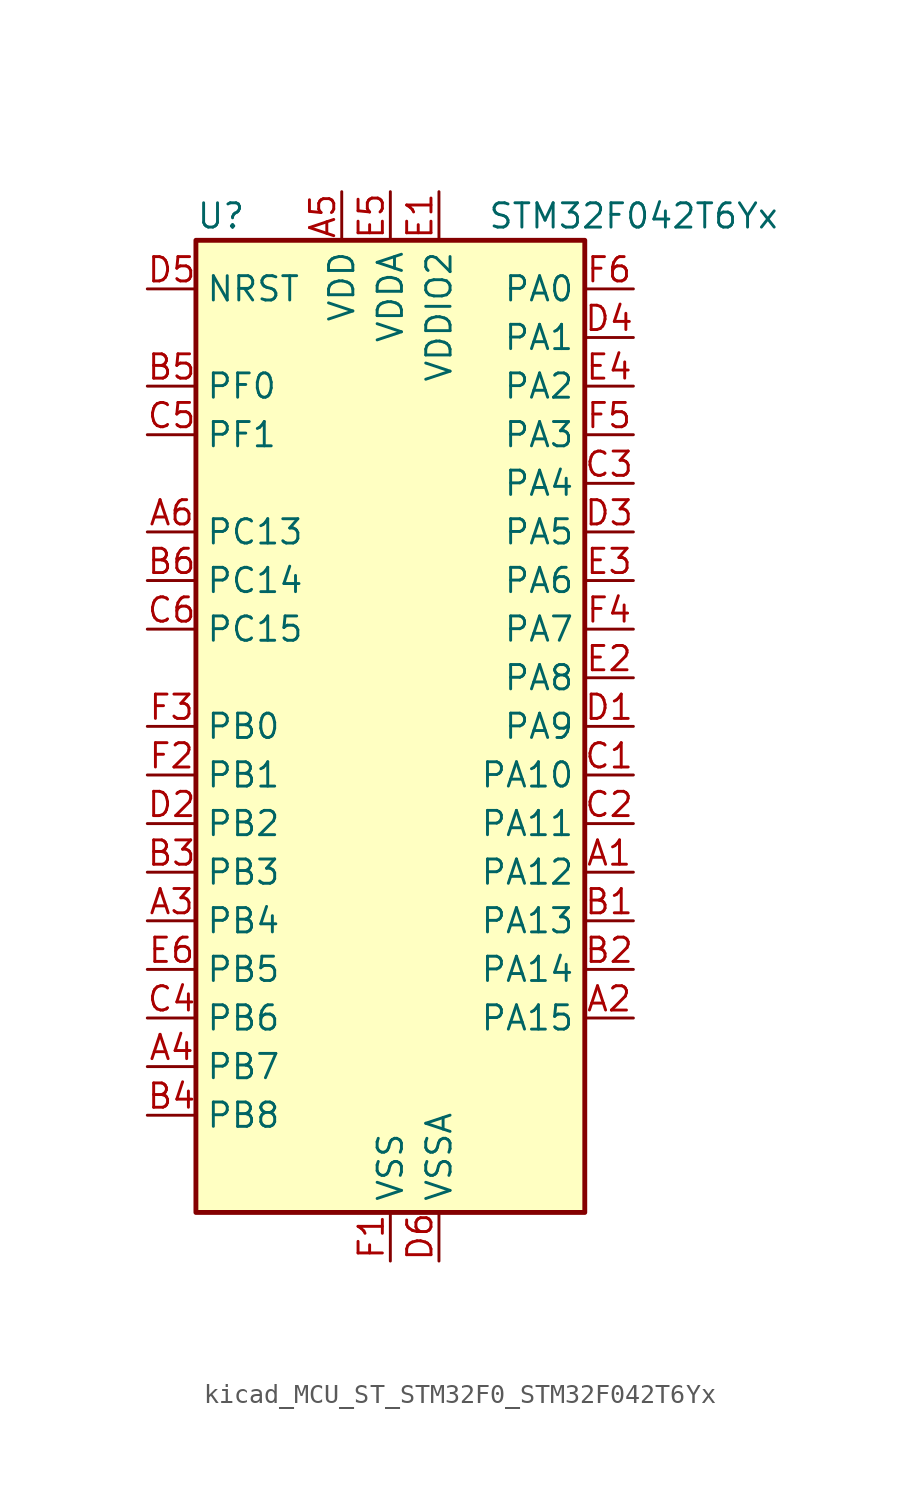
<source format=kicad_sym>
(kicad_symbol_lib
  (version 20220914)
  (generator kicad_symbol_editor)
  (symbol "kicad_MCU_ST_STM32F0_STM32F042T6Yx"
    (property "Reference" "U"
      (at -10.16 26.67 0)
      (effects (font (size 1.27 1.27)) (justify left)))
    (property "Value" "STM32F042T6Yx"
      (at 5.08 26.67 0)
      (effects (font (size 1.27 1.27)) (justify left)))
    (property "ki_locked" ""
      (at 0 0 0)
      (effects (font (size 1.27 1.27))))
    (symbol "kicad_MCU_ST_STM32F0_STM32F042T6Yx_0_1"
      (rectangle (start -10.16 -25.4) (end 10.16 25.4) (stroke (width 0.254) (type default)) (fill (type background))))
    (symbol "kicad_MCU_ST_STM32F0_STM32F042T6Yx_1_1"
      (pin bidirectional line (at 12.7 -7.62 180) (length 2.54) (name "PA12" (effects (font (size 1.27 1.27)))) (number "A1" (effects (font (size 1.27 1.27)))) (alternate "CAN_TX" bidirectional line) (alternate "I2C1_SDA" bidirectional line) (alternate "TIM1_ETR" bidirectional line) (alternate "TSC_G4_IO4" bidirectional line) (alternate "USART1_DE" bidirectional line) (alternate "USART1_RTS" bidirectional line) (alternate "USB_DP" bidirectional line))
      (pin bidirectional line (at 12.7 -15.24 180) (length 2.54) (name "PA15" (effects (font (size 1.27 1.27)))) (number "A2" (effects (font (size 1.27 1.27)))) (alternate "I2S1_WS" bidirectional line) (alternate "SPI1_NSS" bidirectional line) (alternate "TIM2_CH1" bidirectional line) (alternate "TIM2_ETR" bidirectional line) (alternate "USART2_RX" bidirectional line) (alternate "USB_NOE" bidirectional line))
      (pin bidirectional line (at -12.7 -10.16 0) (length 2.54) (name "PB4" (effects (font (size 1.27 1.27)))) (number "A3" (effects (font (size 1.27 1.27)))) (alternate "I2S1_MCK" bidirectional line) (alternate "SPI1_MISO" bidirectional line) (alternate "TIM17_BKIN" bidirectional line) (alternate "TIM3_CH1" bidirectional line) (alternate "TSC_G5_IO2" bidirectional line))
      (pin bidirectional line (at -12.7 -17.78 0) (length 2.54) (name "PB7" (effects (font (size 1.27 1.27)))) (number "A4" (effects (font (size 1.27 1.27)))) (alternate "I2C1_SDA" bidirectional line) (alternate "TIM17_CH1N" bidirectional line) (alternate "TSC_G5_IO4" bidirectional line) (alternate "USART1_RX" bidirectional line))
      (pin power_in line (at -2.54 27.94 270) (length 2.54) (name "VDD" (effects (font (size 1.27 1.27)))) (number "A5" (effects (font (size 1.27 1.27)))))
      (pin bidirectional line (at -12.7 10.16 0) (length 2.54) (name "PC13" (effects (font (size 1.27 1.27)))) (number "A6" (effects (font (size 1.27 1.27)))) (alternate "RTC_OUT_ALARM" bidirectional line) (alternate "RTC_OUT_CALIB" bidirectional line) (alternate "RTC_TAMP1" bidirectional line) (alternate "RTC_TS" bidirectional line) (alternate "SYS_WKUP2" bidirectional line))
      (pin bidirectional line (at 12.7 -10.16 180) (length 2.54) (name "PA13" (effects (font (size 1.27 1.27)))) (number "B1" (effects (font (size 1.27 1.27)))) (alternate "IR_OUT" bidirectional line) (alternate "SYS_SWDIO" bidirectional line) (alternate "USB_NOE" bidirectional line))
      (pin bidirectional line (at 12.7 -12.7 180) (length 2.54) (name "PA14" (effects (font (size 1.27 1.27)))) (number "B2" (effects (font (size 1.27 1.27)))) (alternate "SYS_SWCLK" bidirectional line) (alternate "USART2_TX" bidirectional line))
      (pin bidirectional line (at -12.7 -7.62 0) (length 2.54) (name "PB3" (effects (font (size 1.27 1.27)))) (number "B3" (effects (font (size 1.27 1.27)))) (alternate "I2S1_CK" bidirectional line) (alternate "SPI1_SCK" bidirectional line) (alternate "TIM2_CH2" bidirectional line) (alternate "TSC_G5_IO1" bidirectional line))
      (pin bidirectional line (at -12.7 -20.32 0) (length 2.54) (name "PB8" (effects (font (size 1.27 1.27)))) (number "B4" (effects (font (size 1.27 1.27)))) (alternate "CAN_RX" bidirectional line) (alternate "CEC" bidirectional line) (alternate "I2C1_SCL" bidirectional line) (alternate "TIM16_CH1" bidirectional line) (alternate "TSC_SYNC" bidirectional line))
      (pin bidirectional line (at -12.7 17.78 0) (length 2.54) (name "PF0" (effects (font (size 1.27 1.27)))) (number "B5" (effects (font (size 1.27 1.27)))) (alternate "CRS_SYNC" bidirectional line) (alternate "I2C1_SDA" bidirectional line) (alternate "RCC_OSC_IN" bidirectional line))
      (pin bidirectional line (at -12.7 7.62 0) (length 2.54) (name "PC14" (effects (font (size 1.27 1.27)))) (number "B6" (effects (font (size 1.27 1.27)))) (alternate "RCC_OSC32_IN" bidirectional line))
      (pin bidirectional line (at 12.7 -2.54 180) (length 2.54) (name "PA10" (effects (font (size 1.27 1.27)))) (number "C1" (effects (font (size 1.27 1.27)))) (alternate "I2C1_SDA" bidirectional line) (alternate "TIM17_BKIN" bidirectional line) (alternate "TIM1_CH3" bidirectional line) (alternate "TSC_G4_IO2" bidirectional line) (alternate "USART1_RX" bidirectional line))
      (pin bidirectional line (at 12.7 -5.08 180) (length 2.54) (name "PA11" (effects (font (size 1.27 1.27)))) (number "C2" (effects (font (size 1.27 1.27)))) (alternate "CAN_RX" bidirectional line) (alternate "I2C1_SCL" bidirectional line) (alternate "TIM1_CH4" bidirectional line) (alternate "TSC_G4_IO3" bidirectional line) (alternate "USART1_CTS" bidirectional line) (alternate "USB_DM" bidirectional line))
      (pin bidirectional line (at 12.7 12.7 180) (length 2.54) (name "PA4" (effects (font (size 1.27 1.27)))) (number "C3" (effects (font (size 1.27 1.27)))) (alternate "ADC_IN4" bidirectional line) (alternate "I2S1_WS" bidirectional line) (alternate "SPI1_NSS" bidirectional line) (alternate "TIM14_CH1" bidirectional line) (alternate "TSC_G2_IO1" bidirectional line) (alternate "USART2_CK" bidirectional line) (alternate "USB_NOE" bidirectional line))
      (pin bidirectional line (at -12.7 -15.24 0) (length 2.54) (name "PB6" (effects (font (size 1.27 1.27)))) (number "C4" (effects (font (size 1.27 1.27)))) (alternate "I2C1_SCL" bidirectional line) (alternate "TIM16_CH1N" bidirectional line) (alternate "TSC_G5_IO3" bidirectional line) (alternate "USART1_TX" bidirectional line))
      (pin bidirectional line (at -12.7 15.24 0) (length 2.54) (name "PF1" (effects (font (size 1.27 1.27)))) (number "C5" (effects (font (size 1.27 1.27)))) (alternate "I2C1_SCL" bidirectional line) (alternate "RCC_OSC_OUT" bidirectional line))
      (pin bidirectional line (at -12.7 5.08 0) (length 2.54) (name "PC15" (effects (font (size 1.27 1.27)))) (number "C6" (effects (font (size 1.27 1.27)))) (alternate "RCC_OSC32_OUT" bidirectional line))
      (pin bidirectional line (at 12.7 0 180) (length 2.54) (name "PA9" (effects (font (size 1.27 1.27)))) (number "D1" (effects (font (size 1.27 1.27)))) (alternate "I2C1_SCL" bidirectional line) (alternate "TIM1_CH2" bidirectional line) (alternate "TSC_G4_IO1" bidirectional line) (alternate "USART1_TX" bidirectional line))
      (pin bidirectional line (at -12.7 -5.08 0) (length 2.54) (name "PB2" (effects (font (size 1.27 1.27)))) (number "D2" (effects (font (size 1.27 1.27)))) (alternate "TSC_G3_IO4" bidirectional line))
      (pin bidirectional line (at 12.7 10.16 180) (length 2.54) (name "PA5" (effects (font (size 1.27 1.27)))) (number "D3" (effects (font (size 1.27 1.27)))) (alternate "ADC_IN5" bidirectional line) (alternate "CEC" bidirectional line) (alternate "I2S1_CK" bidirectional line) (alternate "SPI1_SCK" bidirectional line) (alternate "TIM2_CH1" bidirectional line) (alternate "TIM2_ETR" bidirectional line) (alternate "TSC_G2_IO2" bidirectional line))
      (pin bidirectional line (at 12.7 20.32 180) (length 2.54) (name "PA1" (effects (font (size 1.27 1.27)))) (number "D4" (effects (font (size 1.27 1.27)))) (alternate "ADC_IN1" bidirectional line) (alternate "TIM2_CH2" bidirectional line) (alternate "TSC_G1_IO2" bidirectional line) (alternate "USART2_DE" bidirectional line) (alternate "USART2_RTS" bidirectional line))
      (pin input line (at -12.7 22.86 0) (length 2.54) (name "NRST" (effects (font (size 1.27 1.27)))) (number "D5" (effects (font (size 1.27 1.27)))))
      (pin power_in line (at 2.54 -27.94 90) (length 2.54) (name "VSSA" (effects (font (size 1.27 1.27)))) (number "D6" (effects (font (size 1.27 1.27)))))
      (pin power_in line (at 2.54 27.94 270) (length 2.54) (name "VDDIO2" (effects (font (size 1.27 1.27)))) (number "E1" (effects (font (size 1.27 1.27)))))
      (pin bidirectional line (at 12.7 2.54 180) (length 2.54) (name "PA8" (effects (font (size 1.27 1.27)))) (number "E2" (effects (font (size 1.27 1.27)))) (alternate "CRS_SYNC" bidirectional line) (alternate "RCC_MCO" bidirectional line) (alternate "TIM1_CH1" bidirectional line) (alternate "USART1_CK" bidirectional line))
      (pin bidirectional line (at 12.7 7.62 180) (length 2.54) (name "PA6" (effects (font (size 1.27 1.27)))) (number "E3" (effects (font (size 1.27 1.27)))) (alternate "ADC_IN6" bidirectional line) (alternate "I2S1_MCK" bidirectional line) (alternate "SPI1_MISO" bidirectional line) (alternate "TIM16_CH1" bidirectional line) (alternate "TIM1_BKIN" bidirectional line) (alternate "TIM3_CH1" bidirectional line) (alternate "TSC_G2_IO3" bidirectional line))
      (pin bidirectional line (at 12.7 17.78 180) (length 2.54) (name "PA2" (effects (font (size 1.27 1.27)))) (number "E4" (effects (font (size 1.27 1.27)))) (alternate "ADC_IN2" bidirectional line) (alternate "SYS_WKUP4" bidirectional line) (alternate "TIM2_CH3" bidirectional line) (alternate "TSC_G1_IO3" bidirectional line) (alternate "USART2_TX" bidirectional line))
      (pin power_in line (at 0 27.94 270) (length 2.54) (name "VDDA" (effects (font (size 1.27 1.27)))) (number "E5" (effects (font (size 1.27 1.27)))))
      (pin bidirectional line (at -12.7 -12.7 0) (length 2.54) (name "PB5" (effects (font (size 1.27 1.27)))) (number "E6" (effects (font (size 1.27 1.27)))) (alternate "I2C1_SMBA" bidirectional line) (alternate "I2S1_SD" bidirectional line) (alternate "SPI1_MOSI" bidirectional line) (alternate "SYS_WKUP6" bidirectional line) (alternate "TIM16_BKIN" bidirectional line) (alternate "TIM3_CH2" bidirectional line))
      (pin power_in line (at 0 -27.94 90) (length 2.54) (name "VSS" (effects (font (size 1.27 1.27)))) (number "F1" (effects (font (size 1.27 1.27)))))
      (pin bidirectional line (at -12.7 -2.54 0) (length 2.54) (name "PB1" (effects (font (size 1.27 1.27)))) (number "F2" (effects (font (size 1.27 1.27)))) (alternate "ADC_IN9" bidirectional line) (alternate "TIM14_CH1" bidirectional line) (alternate "TIM1_CH3N" bidirectional line) (alternate "TIM3_CH4" bidirectional line) (alternate "TSC_G3_IO3" bidirectional line))
      (pin bidirectional line (at -12.7 0 0) (length 2.54) (name "PB0" (effects (font (size 1.27 1.27)))) (number "F3" (effects (font (size 1.27 1.27)))) (alternate "ADC_IN8" bidirectional line) (alternate "TIM1_CH2N" bidirectional line) (alternate "TIM3_CH3" bidirectional line) (alternate "TSC_G3_IO2" bidirectional line))
      (pin bidirectional line (at 12.7 5.08 180) (length 2.54) (name "PA7" (effects (font (size 1.27 1.27)))) (number "F4" (effects (font (size 1.27 1.27)))) (alternate "ADC_IN7" bidirectional line) (alternate "I2S1_SD" bidirectional line) (alternate "SPI1_MOSI" bidirectional line) (alternate "TIM14_CH1" bidirectional line) (alternate "TIM17_CH1" bidirectional line) (alternate "TIM1_CH1N" bidirectional line) (alternate "TIM3_CH2" bidirectional line) (alternate "TSC_G2_IO4" bidirectional line))
      (pin bidirectional line (at 12.7 15.24 180) (length 2.54) (name "PA3" (effects (font (size 1.27 1.27)))) (number "F5" (effects (font (size 1.27 1.27)))) (alternate "ADC_IN3" bidirectional line) (alternate "TIM2_CH4" bidirectional line) (alternate "TSC_G1_IO4" bidirectional line) (alternate "USART2_RX" bidirectional line))
      (pin bidirectional line (at 12.7 22.86 180) (length 2.54) (name "PA0" (effects (font (size 1.27 1.27)))) (number "F6" (effects (font (size 1.27 1.27)))) (alternate "ADC_IN0" bidirectional line) (alternate "RTC_TAMP2" bidirectional line) (alternate "SYS_WKUP1" bidirectional line) (alternate "TIM2_CH1" bidirectional line) (alternate "TIM2_ETR" bidirectional line) (alternate "TSC_G1_IO1" bidirectional line) (alternate "USART2_CTS" bidirectional line)))))
</source>
